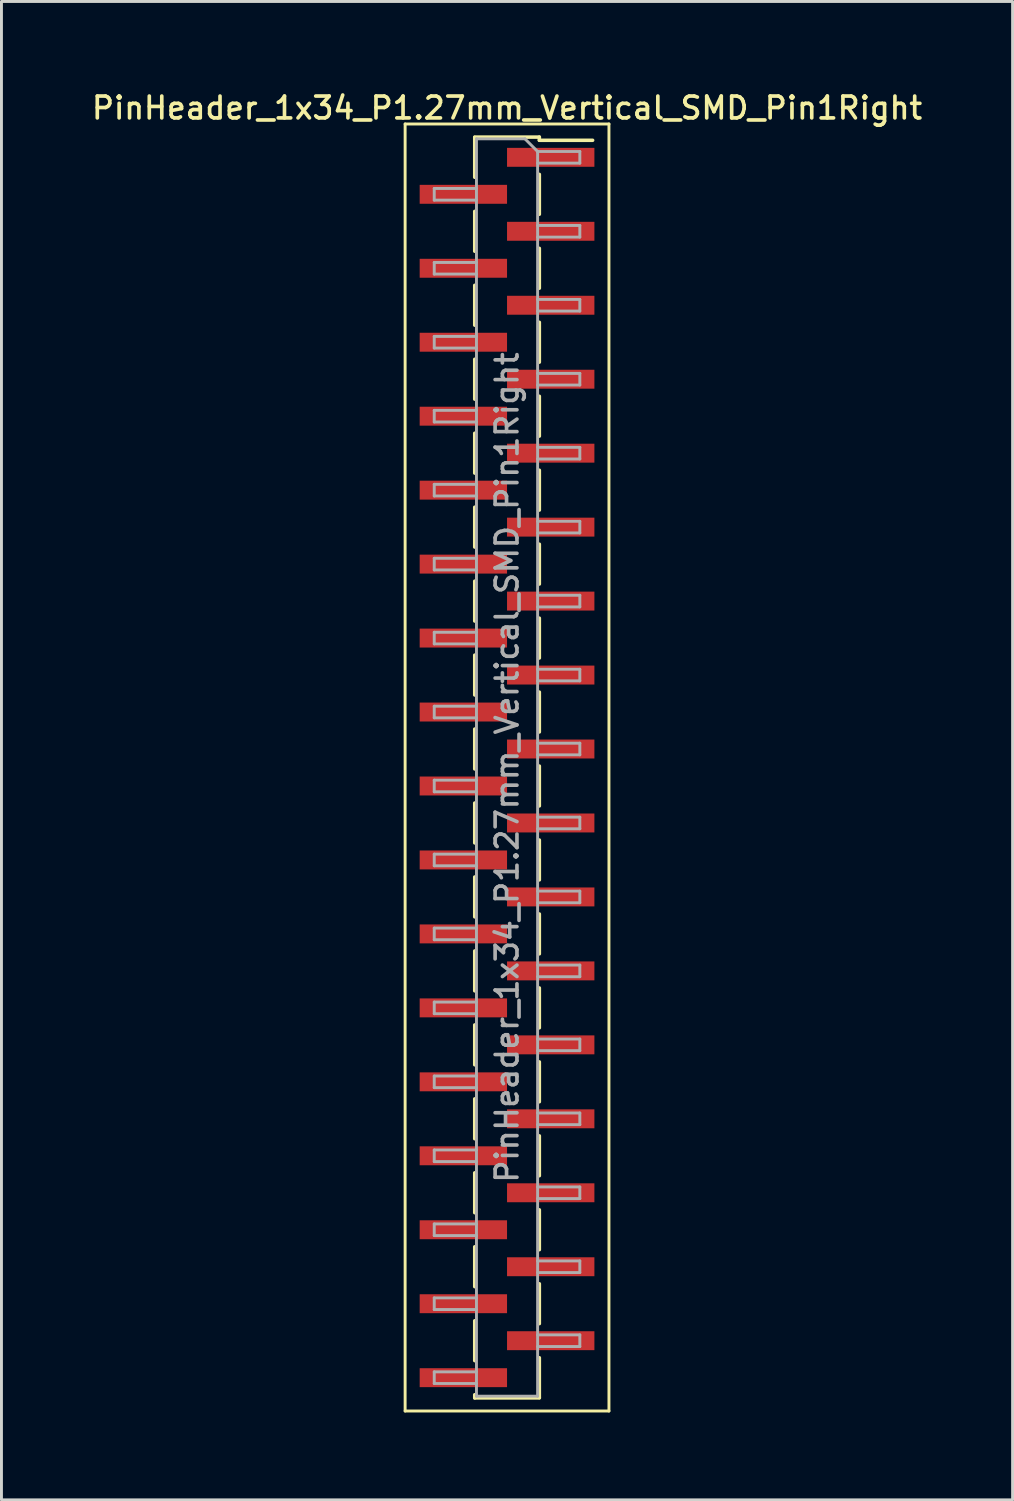
<source format=kicad_pcb>
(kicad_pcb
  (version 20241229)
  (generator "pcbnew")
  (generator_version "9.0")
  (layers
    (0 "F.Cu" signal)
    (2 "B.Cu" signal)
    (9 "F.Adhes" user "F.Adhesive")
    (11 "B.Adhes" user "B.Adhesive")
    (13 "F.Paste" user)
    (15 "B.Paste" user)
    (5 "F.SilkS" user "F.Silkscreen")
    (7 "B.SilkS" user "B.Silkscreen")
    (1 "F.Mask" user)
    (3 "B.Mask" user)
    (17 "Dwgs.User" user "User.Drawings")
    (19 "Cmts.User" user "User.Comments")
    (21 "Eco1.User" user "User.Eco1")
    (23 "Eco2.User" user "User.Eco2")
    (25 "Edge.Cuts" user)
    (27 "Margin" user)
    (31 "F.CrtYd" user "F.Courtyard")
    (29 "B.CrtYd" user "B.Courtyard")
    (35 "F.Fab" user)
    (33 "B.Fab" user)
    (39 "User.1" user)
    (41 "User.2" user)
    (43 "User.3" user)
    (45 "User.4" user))
  (footprint "PinHeader_1x34_P1.27mm_Vertical_SMD_Pin1Right"
    (layer "F.Cu")
    (at 14.363 23.308)
    (property "Reference" "PinHeader_1x34_P1.27mm_Vertical_SMD_Pin1Right" (at 0 -22.65 0) (layer "F.SilkS") (effects (font (size 0.75 0.75) (thickness 0.125))))
    (attr smd)
    (fp_line (start -3.5 -22.1) (end -3.5 22.1) (stroke (width 0.1) (type solid)) (layer "F.SilkS"))
    (fp_line (start -3.5 22.1) (end 3.5 22.1) (stroke (width 0.1) (type solid)) (layer "F.SilkS"))
    (fp_line (start -1.11 -21.65) (end 1.11 -21.65) (stroke (width 0.12) (type solid)) (layer "F.SilkS"))
    (fp_line (start -1.11 -21.64) (end -1.11 -20.27) (stroke (width 0.12) (type solid)) (layer "F.SilkS"))
    (fp_line (start -1.11 -19.1) (end -1.11 -17.73) (stroke (width 0.12) (type solid)) (layer "F.SilkS"))
    (fp_line (start -1.11 -16.56) (end -1.11 -15.19) (stroke (width 0.12) (type solid)) (layer "F.SilkS"))
    (fp_line (start -1.11 -14.02) (end -1.11 -12.65) (stroke (width 0.12) (type solid)) (layer "F.SilkS"))
    (fp_line (start -1.11 -11.48) (end -1.11 -10.11) (stroke (width 0.12) (type solid)) (layer "F.SilkS"))
    (fp_line (start -1.11 -8.94) (end -1.11 -7.57) (stroke (width 0.12) (type solid)) (layer "F.SilkS"))
    (fp_line (start -1.11 -6.4) (end -1.11 -5.03) (stroke (width 0.12) (type solid)) (layer "F.SilkS"))
    (fp_line (start -1.11 -3.86) (end -1.11 -2.49) (stroke (width 0.12) (type solid)) (layer "F.SilkS"))
    (fp_line (start -1.11 -1.32) (end -1.11 0.05) (stroke (width 0.12) (type solid)) (layer "F.SilkS"))
    (fp_line (start -1.11 1.22) (end -1.11 2.59) (stroke (width 0.12) (type solid)) (layer "F.SilkS"))
    (fp_line (start -1.11 3.76) (end -1.11 5.13) (stroke (width 0.12) (type solid)) (layer "F.SilkS"))
    (fp_line (start -1.11 6.3) (end -1.11 7.67) (stroke (width 0.12) (type solid)) (layer "F.SilkS"))
    (fp_line (start -1.11 8.84) (end -1.11 10.21) (stroke (width 0.12) (type solid)) (layer "F.SilkS"))
    (fp_line (start -1.11 11.38) (end -1.11 12.75) (stroke (width 0.12) (type solid)) (layer "F.SilkS"))
    (fp_line (start -1.11 13.92) (end -1.11 15.29) (stroke (width 0.12) (type solid)) (layer "F.SilkS"))
    (fp_line (start -1.11 16.46) (end -1.11 17.83) (stroke (width 0.12) (type solid)) (layer "F.SilkS"))
    (fp_line (start -1.11 19) (end -1.11 20.37) (stroke (width 0.12) (type solid)) (layer "F.SilkS"))
    (fp_line (start -1.11 21.54) (end -1.11 21.65) (stroke (width 0.12) (type solid)) (layer "F.SilkS"))
    (fp_line (start -1.11 21.65) (end 1.11 21.65) (stroke (width 0.12) (type solid)) (layer "F.SilkS"))
    (fp_line (start 1.11 -21.65) (end 1.11 -21.54) (stroke (width 0.12) (type solid)) (layer "F.SilkS"))
    (fp_line (start 1.11 -21.54) (end 2.94 -21.54) (stroke (width 0.12) (type solid)) (layer "F.SilkS"))
    (fp_line (start 1.11 -20.37) (end 1.11 -19) (stroke (width 0.12) (type solid)) (layer "F.SilkS"))
    (fp_line (start 1.11 -17.83) (end 1.11 -16.46) (stroke (width 0.12) (type solid)) (layer "F.SilkS"))
    (fp_line (start 1.11 -15.29) (end 1.11 -13.92) (stroke (width 0.12) (type solid)) (layer "F.SilkS"))
    (fp_line (start 1.11 -12.75) (end 1.11 -11.38) (stroke (width 0.12) (type solid)) (layer "F.SilkS"))
    (fp_line (start 1.11 -10.21) (end 1.11 -8.84) (stroke (width 0.12) (type solid)) (layer "F.SilkS"))
    (fp_line (start 1.11 -7.67) (end 1.11 -6.3) (stroke (width 0.12) (type solid)) (layer "F.SilkS"))
    (fp_line (start 1.11 -5.13) (end 1.11 -3.76) (stroke (width 0.12) (type solid)) (layer "F.SilkS"))
    (fp_line (start 1.11 -2.59) (end 1.11 -1.22) (stroke (width 0.12) (type solid)) (layer "F.SilkS"))
    (fp_line (start 1.11 -0.05) (end 1.11 1.32) (stroke (width 0.12) (type solid)) (layer "F.SilkS"))
    (fp_line (start 1.11 2.49) (end 1.11 3.86) (stroke (width 0.12) (type solid)) (layer "F.SilkS"))
    (fp_line (start 1.11 5.03) (end 1.11 6.4) (stroke (width 0.12) (type solid)) (layer "F.SilkS"))
    (fp_line (start 1.11 7.57) (end 1.11 8.94) (stroke (width 0.12) (type solid)) (layer "F.SilkS"))
    (fp_line (start 1.11 10.11) (end 1.11 11.48) (stroke (width 0.12) (type solid)) (layer "F.SilkS"))
    (fp_line (start 1.11 12.65) (end 1.11 14.02) (stroke (width 0.12) (type solid)) (layer "F.SilkS"))
    (fp_line (start 1.11 15.19) (end 1.11 16.56) (stroke (width 0.12) (type solid)) (layer "F.SilkS"))
    (fp_line (start 1.11 17.73) (end 1.11 19.1) (stroke (width 0.12) (type solid)) (layer "F.SilkS"))
    (fp_line (start 1.11 20.27) (end 1.11 21.64) (stroke (width 0.12) (type solid)) (layer "F.SilkS"))
    (fp_line (start 3.5 -22.1) (end -3.5 -22.1) (stroke (width 0.1) (type solid)) (layer "F.SilkS"))
    (fp_line (start 3.5 22.1) (end 3.5 -22.1) (stroke (width 0.1) (type solid)) (layer "F.SilkS"))
    (fp_line (start -2.5 -19.885) (end -2.5 -19.485) (stroke (width 0.1) (type solid)) (layer "F.Fab"))
    (fp_line (start -2.5 -19.485) (end -1.05 -19.485) (stroke (width 0.1) (type solid)) (layer "F.Fab"))
    (fp_line (start -2.5 -17.345) (end -2.5 -16.945) (stroke (width 0.1) (type solid)) (layer "F.Fab"))
    (fp_line (start -2.5 -16.945) (end -1.05 -16.945) (stroke (width 0.1) (type solid)) (layer "F.Fab"))
    (fp_line (start -2.5 -14.805) (end -2.5 -14.405) (stroke (width 0.1) (type solid)) (layer "F.Fab"))
    (fp_line (start -2.5 -14.405) (end -1.05 -14.405) (stroke (width 0.1) (type solid)) (layer "F.Fab"))
    (fp_line (start -2.5 -12.265) (end -2.5 -11.865) (stroke (width 0.1) (type solid)) (layer "F.Fab"))
    (fp_line (start -2.5 -11.865) (end -1.05 -11.865) (stroke (width 0.1) (type solid)) (layer "F.Fab"))
    (fp_line (start -2.5 -9.725) (end -2.5 -9.325) (stroke (width 0.1) (type solid)) (layer "F.Fab"))
    (fp_line (start -2.5 -9.325) (end -1.05 -9.325) (stroke (width 0.1) (type solid)) (layer "F.Fab"))
    (fp_line (start -2.5 -7.185) (end -2.5 -6.785) (stroke (width 0.1) (type solid)) (layer "F.Fab"))
    (fp_line (start -2.5 -6.785) (end -1.05 -6.785) (stroke (width 0.1) (type solid)) (layer "F.Fab"))
    (fp_line (start -2.5 -4.645) (end -2.5 -4.245) (stroke (width 0.1) (type solid)) (layer "F.Fab"))
    (fp_line (start -2.5 -4.245) (end -1.05 -4.245) (stroke (width 0.1) (type solid)) (layer "F.Fab"))
    (fp_line (start -2.5 -2.105) (end -2.5 -1.705) (stroke (width 0.1) (type solid)) (layer "F.Fab"))
    (fp_line (start -2.5 -1.705) (end -1.05 -1.705) (stroke (width 0.1) (type solid)) (layer "F.Fab"))
    (fp_line (start -2.5 0.435) (end -2.5 0.835) (stroke (width 0.1) (type solid)) (layer "F.Fab"))
    (fp_line (start -2.5 0.835) (end -1.05 0.835) (stroke (width 0.1) (type solid)) (layer "F.Fab"))
    (fp_line (start -2.5 2.975) (end -2.5 3.375) (stroke (width 0.1) (type solid)) (layer "F.Fab"))
    (fp_line (start -2.5 3.375) (end -1.05 3.375) (stroke (width 0.1) (type solid)) (layer "F.Fab"))
    (fp_line (start -2.5 5.515) (end -2.5 5.915) (stroke (width 0.1) (type solid)) (layer "F.Fab"))
    (fp_line (start -2.5 5.915) (end -1.05 5.915) (stroke (width 0.1) (type solid)) (layer "F.Fab"))
    (fp_line (start -2.5 8.055) (end -2.5 8.455) (stroke (width 0.1) (type solid)) (layer "F.Fab"))
    (fp_line (start -2.5 8.455) (end -1.05 8.455) (stroke (width 0.1) (type solid)) (layer "F.Fab"))
    (fp_line (start -2.5 10.595) (end -2.5 10.995) (stroke (width 0.1) (type solid)) (layer "F.Fab"))
    (fp_line (start -2.5 10.995) (end -1.05 10.995) (stroke (width 0.1) (type solid)) (layer "F.Fab"))
    (fp_line (start -2.5 13.135) (end -2.5 13.535) (stroke (width 0.1) (type solid)) (layer "F.Fab"))
    (fp_line (start -2.5 13.535) (end -1.05 13.535) (stroke (width 0.1) (type solid)) (layer "F.Fab"))
    (fp_line (start -2.5 15.675) (end -2.5 16.075) (stroke (width 0.1) (type solid)) (layer "F.Fab"))
    (fp_line (start -2.5 16.075) (end -1.05 16.075) (stroke (width 0.1) (type solid)) (layer "F.Fab"))
    (fp_line (start -2.5 18.215) (end -2.5 18.615) (stroke (width 0.1) (type solid)) (layer "F.Fab"))
    (fp_line (start -2.5 18.615) (end -1.05 18.615) (stroke (width 0.1) (type solid)) (layer "F.Fab"))
    (fp_line (start -2.5 20.755) (end -2.5 21.155) (stroke (width 0.1) (type solid)) (layer "F.Fab"))
    (fp_line (start -2.5 21.155) (end -1.05 21.155) (stroke (width 0.1) (type solid)) (layer "F.Fab"))
    (fp_line (start -1.05 -21.59) (end -1.05 21.59) (stroke (width 0.1) (type solid)) (layer "F.Fab"))
    (fp_line (start -1.05 -21.59) (end 0.615 -21.59) (stroke (width 0.1) (type solid)) (layer "F.Fab"))
    (fp_line (start -1.05 -19.885) (end -2.5 -19.885) (stroke (width 0.1) (type solid)) (layer "F.Fab"))
    (fp_line (start -1.05 -17.345) (end -2.5 -17.345) (stroke (width 0.1) (type solid)) (layer "F.Fab"))
    (fp_line (start -1.05 -14.805) (end -2.5 -14.805) (stroke (width 0.1) (type solid)) (layer "F.Fab"))
    (fp_line (start -1.05 -12.265) (end -2.5 -12.265) (stroke (width 0.1) (type solid)) (layer "F.Fab"))
    (fp_line (start -1.05 -9.725) (end -2.5 -9.725) (stroke (width 0.1) (type solid)) (layer "F.Fab"))
    (fp_line (start -1.05 -7.185) (end -2.5 -7.185) (stroke (width 0.1) (type solid)) (layer "F.Fab"))
    (fp_line (start -1.05 -4.645) (end -2.5 -4.645) (stroke (width 0.1) (type solid)) (layer "F.Fab"))
    (fp_line (start -1.05 -2.105) (end -2.5 -2.105) (stroke (width 0.1) (type solid)) (layer "F.Fab"))
    (fp_line (start -1.05 0.435) (end -2.5 0.435) (stroke (width 0.1) (type solid)) (layer "F.Fab"))
    (fp_line (start -1.05 2.975) (end -2.5 2.975) (stroke (width 0.1) (type solid)) (layer "F.Fab"))
    (fp_line (start -1.05 5.515) (end -2.5 5.515) (stroke (width 0.1) (type solid)) (layer "F.Fab"))
    (fp_line (start -1.05 8.055) (end -2.5 8.055) (stroke (width 0.1) (type solid)) (layer "F.Fab"))
    (fp_line (start -1.05 10.595) (end -2.5 10.595) (stroke (width 0.1) (type solid)) (layer "F.Fab"))
    (fp_line (start -1.05 13.135) (end -2.5 13.135) (stroke (width 0.1) (type solid)) (layer "F.Fab"))
    (fp_line (start -1.05 15.675) (end -2.5 15.675) (stroke (width 0.1) (type solid)) (layer "F.Fab"))
    (fp_line (start -1.05 18.215) (end -2.5 18.215) (stroke (width 0.1) (type solid)) (layer "F.Fab"))
    (fp_line (start -1.05 20.755) (end -2.5 20.755) (stroke (width 0.1) (type solid)) (layer "F.Fab"))
    (fp_line (start 1.05 -21.155) (end 0.615 -21.59) (stroke (width 0.1) (type solid)) (layer "F.Fab"))
    (fp_line (start 1.05 -21.155) (end 2.5 -21.155) (stroke (width 0.1) (type solid)) (layer "F.Fab"))
    (fp_line (start 1.05 -18.615) (end 2.5 -18.615) (stroke (width 0.1) (type solid)) (layer "F.Fab"))
    (fp_line (start 1.05 -16.075) (end 2.5 -16.075) (stroke (width 0.1) (type solid)) (layer "F.Fab"))
    (fp_line (start 1.05 -13.535) (end 2.5 -13.535) (stroke (width 0.1) (type solid)) (layer "F.Fab"))
    (fp_line (start 1.05 -10.995) (end 2.5 -10.995) (stroke (width 0.1) (type solid)) (layer "F.Fab"))
    (fp_line (start 1.05 -8.455) (end 2.5 -8.455) (stroke (width 0.1) (type solid)) (layer "F.Fab"))
    (fp_line (start 1.05 -5.915) (end 2.5 -5.915) (stroke (width 0.1) (type solid)) (layer "F.Fab"))
    (fp_line (start 1.05 -3.375) (end 2.5 -3.375) (stroke (width 0.1) (type solid)) (layer "F.Fab"))
    (fp_line (start 1.05 -0.835) (end 2.5 -0.835) (stroke (width 0.1) (type solid)) (layer "F.Fab"))
    (fp_line (start 1.05 1.705) (end 2.5 1.705) (stroke (width 0.1) (type solid)) (layer "F.Fab"))
    (fp_line (start 1.05 4.245) (end 2.5 4.245) (stroke (width 0.1) (type solid)) (layer "F.Fab"))
    (fp_line (start 1.05 6.785) (end 2.5 6.785) (stroke (width 0.1) (type solid)) (layer "F.Fab"))
    (fp_line (start 1.05 9.325) (end 2.5 9.325) (stroke (width 0.1) (type solid)) (layer "F.Fab"))
    (fp_line (start 1.05 11.865) (end 2.5 11.865) (stroke (width 0.1) (type solid)) (layer "F.Fab"))
    (fp_line (start 1.05 14.405) (end 2.5 14.405) (stroke (width 0.1) (type solid)) (layer "F.Fab"))
    (fp_line (start 1.05 16.945) (end 2.5 16.945) (stroke (width 0.1) (type solid)) (layer "F.Fab"))
    (fp_line (start 1.05 19.485) (end 2.5 19.485) (stroke (width 0.1) (type solid)) (layer "F.Fab"))
    (fp_line (start 1.05 21.59) (end -1.05 21.59) (stroke (width 0.1) (type solid)) (layer "F.Fab"))
    (fp_line (start 1.05 21.59) (end 1.05 -21.155) (stroke (width 0.1) (type solid)) (layer "F.Fab"))
    (fp_line (start 2.5 -21.155) (end 2.5 -20.755) (stroke (width 0.1) (type solid)) (layer "F.Fab"))
    (fp_line (start 2.5 -20.755) (end 1.05 -20.755) (stroke (width 0.1) (type solid)) (layer "F.Fab"))
    (fp_line (start 2.5 -18.615) (end 2.5 -18.215) (stroke (width 0.1) (type solid)) (layer "F.Fab"))
    (fp_line (start 2.5 -18.215) (end 1.05 -18.215) (stroke (width 0.1) (type solid)) (layer "F.Fab"))
    (fp_line (start 2.5 -16.075) (end 2.5 -15.675) (stroke (width 0.1) (type solid)) (layer "F.Fab"))
    (fp_line (start 2.5 -15.675) (end 1.05 -15.675) (stroke (width 0.1) (type solid)) (layer "F.Fab"))
    (fp_line (start 2.5 -13.535) (end 2.5 -13.135) (stroke (width 0.1) (type solid)) (layer "F.Fab"))
    (fp_line (start 2.5 -13.135) (end 1.05 -13.135) (stroke (width 0.1) (type solid)) (layer "F.Fab"))
    (fp_line (start 2.5 -10.995) (end 2.5 -10.595) (stroke (width 0.1) (type solid)) (layer "F.Fab"))
    (fp_line (start 2.5 -10.595) (end 1.05 -10.595) (stroke (width 0.1) (type solid)) (layer "F.Fab"))
    (fp_line (start 2.5 -8.455) (end 2.5 -8.055) (stroke (width 0.1) (type solid)) (layer "F.Fab"))
    (fp_line (start 2.5 -8.055) (end 1.05 -8.055) (stroke (width 0.1) (type solid)) (layer "F.Fab"))
    (fp_line (start 2.5 -5.915) (end 2.5 -5.515) (stroke (width 0.1) (type solid)) (layer "F.Fab"))
    (fp_line (start 2.5 -5.515) (end 1.05 -5.515) (stroke (width 0.1) (type solid)) (layer "F.Fab"))
    (fp_line (start 2.5 -3.375) (end 2.5 -2.975) (stroke (width 0.1) (type solid)) (layer "F.Fab"))
    (fp_line (start 2.5 -2.975) (end 1.05 -2.975) (stroke (width 0.1) (type solid)) (layer "F.Fab"))
    (fp_line (start 2.5 -0.835) (end 2.5 -0.435) (stroke (width 0.1) (type solid)) (layer "F.Fab"))
    (fp_line (start 2.5 -0.435) (end 1.05 -0.435) (stroke (width 0.1) (type solid)) (layer "F.Fab"))
    (fp_line (start 2.5 1.705) (end 2.5 2.105) (stroke (width 0.1) (type solid)) (layer "F.Fab"))
    (fp_line (start 2.5 2.105) (end 1.05 2.105) (stroke (width 0.1) (type solid)) (layer "F.Fab"))
    (fp_line (start 2.5 4.245) (end 2.5 4.645) (stroke (width 0.1) (type solid)) (layer "F.Fab"))
    (fp_line (start 2.5 4.645) (end 1.05 4.645) (stroke (width 0.1) (type solid)) (layer "F.Fab"))
    (fp_line (start 2.5 6.785) (end 2.5 7.185) (stroke (width 0.1) (type solid)) (layer "F.Fab"))
    (fp_line (start 2.5 7.185) (end 1.05 7.185) (stroke (width 0.1) (type solid)) (layer "F.Fab"))
    (fp_line (start 2.5 9.325) (end 2.5 9.725) (stroke (width 0.1) (type solid)) (layer "F.Fab"))
    (fp_line (start 2.5 9.725) (end 1.05 9.725) (stroke (width 0.1) (type solid)) (layer "F.Fab"))
    (fp_line (start 2.5 11.865) (end 2.5 12.265) (stroke (width 0.1) (type solid)) (layer "F.Fab"))
    (fp_line (start 2.5 12.265) (end 1.05 12.265) (stroke (width 0.1) (type solid)) (layer "F.Fab"))
    (fp_line (start 2.5 14.405) (end 2.5 14.805) (stroke (width 0.1) (type solid)) (layer "F.Fab"))
    (fp_line (start 2.5 14.805) (end 1.05 14.805) (stroke (width 0.1) (type solid)) (layer "F.Fab"))
    (fp_line (start 2.5 16.945) (end 2.5 17.345) (stroke (width 0.1) (type solid)) (layer "F.Fab"))
    (fp_line (start 2.5 17.345) (end 1.05 17.345) (stroke (width 0.1) (type solid)) (layer "F.Fab"))
    (fp_line (start 2.5 19.485) (end 2.5 19.885) (stroke (width 0.1) (type solid)) (layer "F.Fab"))
    (fp_line (start 2.5 19.885) (end 1.05 19.885) (stroke (width 0.1) (type solid)) (layer "F.Fab"))
    (fp_text user "${REFERENCE}" (at 0 0 90) (layer "F.Fab") (effects (font (size 0.75 0.75) (thickness 0.125))))
    (pad "1" smd rect (at 1.5 -20.955) (size 3 0.65) (layers "F.Cu" "F.Mask" "F.Paste"))
    (pad "2" smd rect (at -1.5 -19.685) (size 3 0.65) (layers "F.Cu" "F.Mask" "F.Paste"))
    (pad "3" smd rect (at 1.5 -18.415) (size 3 0.65) (layers "F.Cu" "F.Mask" "F.Paste"))
    (pad "4" smd rect (at -1.5 -17.145) (size 3 0.65) (layers "F.Cu" "F.Mask" "F.Paste"))
    (pad "5" smd rect (at 1.5 -15.875) (size 3 0.65) (layers "F.Cu" "F.Mask" "F.Paste"))
    (pad "6" smd rect (at -1.5 -14.605) (size 3 0.65) (layers "F.Cu" "F.Mask" "F.Paste"))
    (pad "7" smd rect (at 1.5 -13.335) (size 3 0.65) (layers "F.Cu" "F.Mask" "F.Paste"))
    (pad "8" smd rect (at -1.5 -12.065) (size 3 0.65) (layers "F.Cu" "F.Mask" "F.Paste"))
    (pad "9" smd rect (at 1.5 -10.795) (size 3 0.65) (layers "F.Cu" "F.Mask" "F.Paste"))
    (pad "10" smd rect (at -1.5 -9.525) (size 3 0.65) (layers "F.Cu" "F.Mask" "F.Paste"))
    (pad "11" smd rect (at 1.5 -8.255) (size 3 0.65) (layers "F.Cu" "F.Mask" "F.Paste"))
    (pad "12" smd rect (at -1.5 -6.985) (size 3 0.65) (layers "F.Cu" "F.Mask" "F.Paste"))
    (pad "13" smd rect (at 1.5 -5.715) (size 3 0.65) (layers "F.Cu" "F.Mask" "F.Paste"))
    (pad "14" smd rect (at -1.5 -4.445) (size 3 0.65) (layers "F.Cu" "F.Mask" "F.Paste"))
    (pad "15" smd rect (at 1.5 -3.175) (size 3 0.65) (layers "F.Cu" "F.Mask" "F.Paste"))
    (pad "16" smd rect (at -1.5 -1.905) (size 3 0.65) (layers "F.Cu" "F.Mask" "F.Paste"))
    (pad "17" smd rect (at 1.5 -0.635) (size 3 0.65) (layers "F.Cu" "F.Mask" "F.Paste"))
    (pad "18" smd rect (at -1.5 0.635) (size 3 0.65) (layers "F.Cu" "F.Mask" "F.Paste"))
    (pad "19" smd rect (at 1.5 1.905) (size 3 0.65) (layers "F.Cu" "F.Mask" "F.Paste"))
    (pad "20" smd rect (at -1.5 3.175) (size 3 0.65) (layers "F.Cu" "F.Mask" "F.Paste"))
    (pad "21" smd rect (at 1.5 4.445) (size 3 0.65) (layers "F.Cu" "F.Mask" "F.Paste"))
    (pad "22" smd rect (at -1.5 5.715) (size 3 0.65) (layers "F.Cu" "F.Mask" "F.Paste"))
    (pad "23" smd rect (at 1.5 6.985) (size 3 0.65) (layers "F.Cu" "F.Mask" "F.Paste"))
    (pad "24" smd rect (at -1.5 8.255) (size 3 0.65) (layers "F.Cu" "F.Mask" "F.Paste"))
    (pad "25" smd rect (at 1.5 9.525) (size 3 0.65) (layers "F.Cu" "F.Mask" "F.Paste"))
    (pad "26" smd rect (at -1.5 10.795) (size 3 0.65) (layers "F.Cu" "F.Mask" "F.Paste"))
    (pad "27" smd rect (at 1.5 12.065) (size 3 0.65) (layers "F.Cu" "F.Mask" "F.Paste"))
    (pad "28" smd rect (at -1.5 13.335) (size 3 0.65) (layers "F.Cu" "F.Mask" "F.Paste"))
    (pad "29" smd rect (at 1.5 14.605) (size 3 0.65) (layers "F.Cu" "F.Mask" "F.Paste"))
    (pad "30" smd rect (at -1.5 15.875) (size 3 0.65) (layers "F.Cu" "F.Mask" "F.Paste"))
    (pad "31" smd rect (at 1.5 17.145) (size 3 0.65) (layers "F.Cu" "F.Mask" "F.Paste"))
    (pad "32" smd rect (at -1.5 18.415) (size 3 0.65) (layers "F.Cu" "F.Mask" "F.Paste"))
    (pad "33" smd rect (at 1.5 19.685) (size 3 0.65) (layers "F.Cu" "F.Mask" "F.Paste"))
    (pad "34" smd rect (at -1.5 20.955) (size 3 0.65) (layers "F.Cu" "F.Mask" "F.Paste")))
  (gr_rect
    (start -3 -3)
    (end 31.725 48.458)
    (stroke (width 0.1) (type default))
    (fill no)
    (layer "Edge.Cuts")))
</source>
